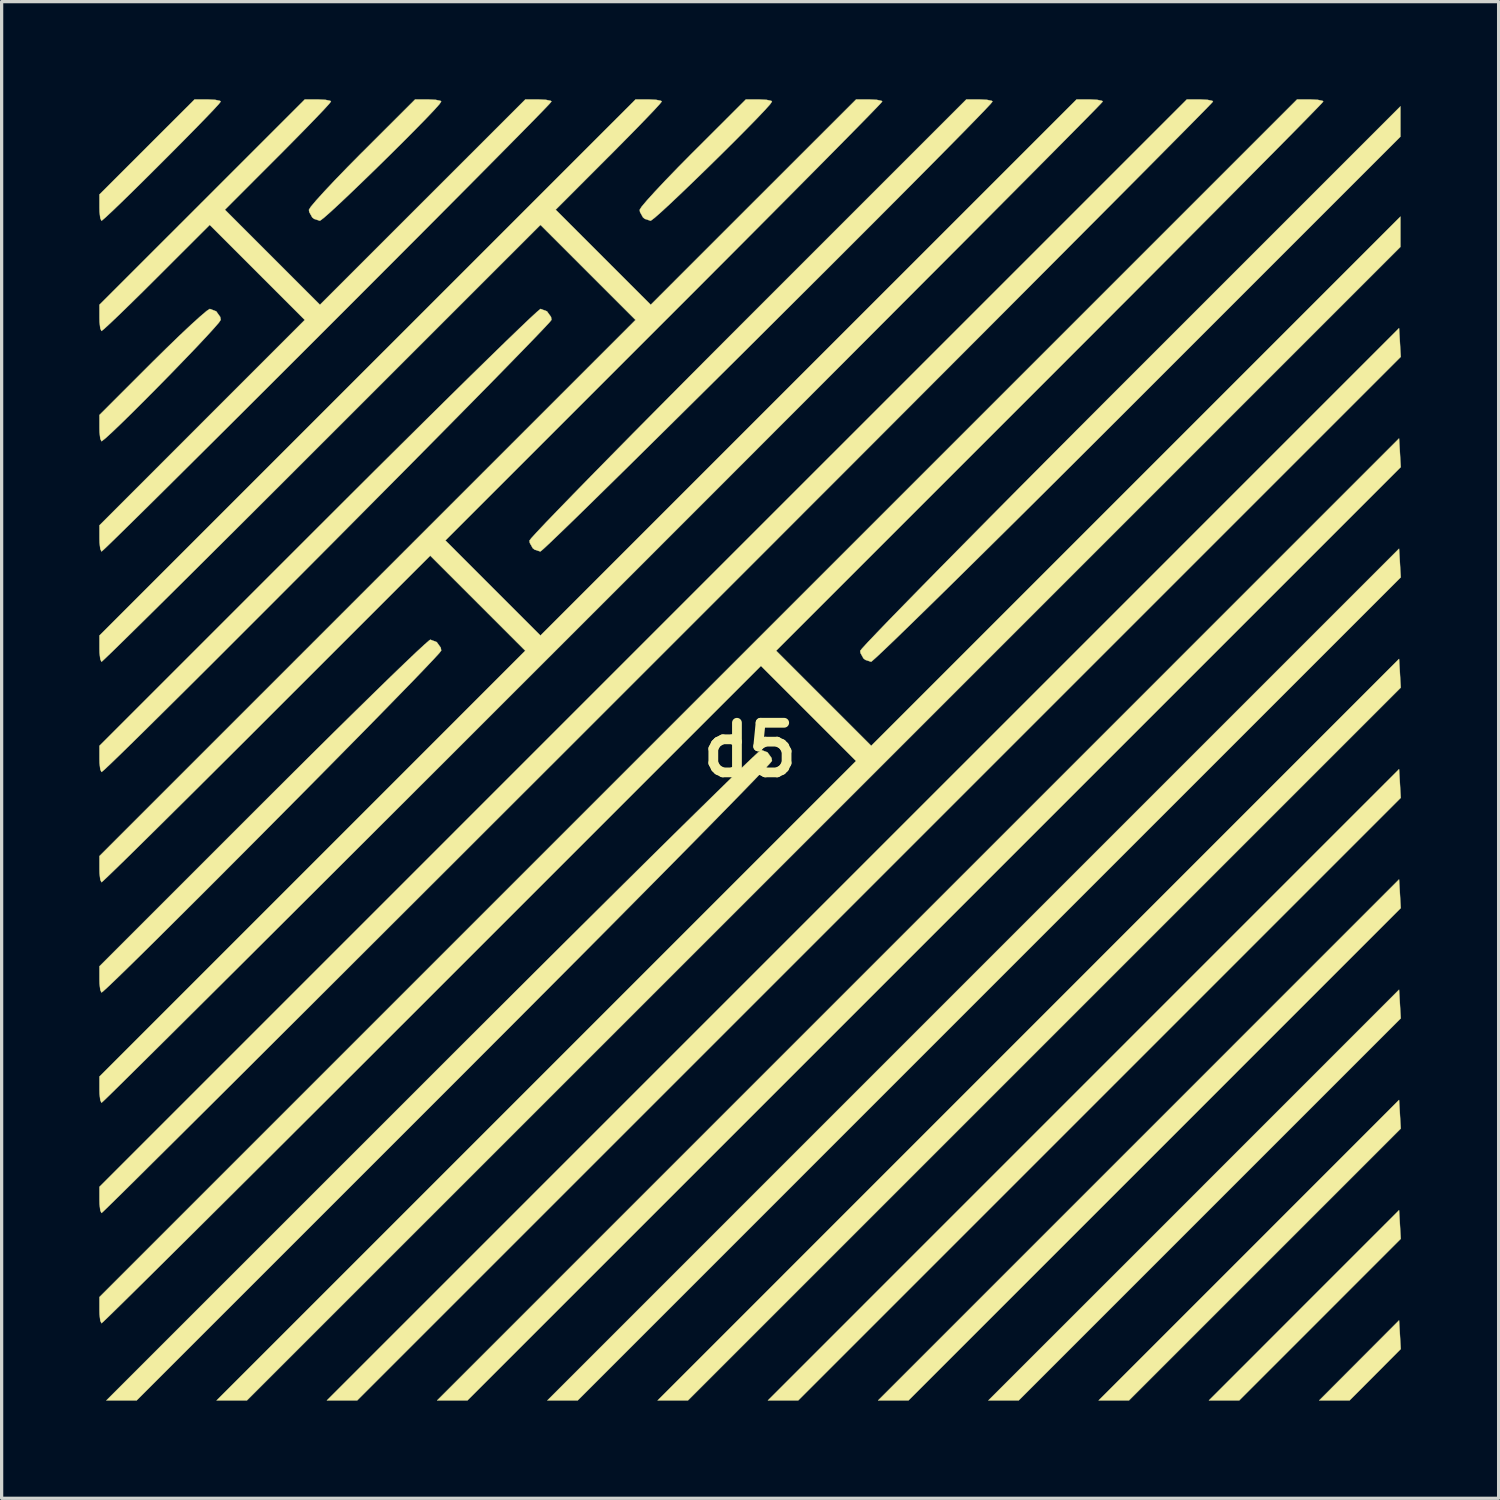
<source format=kicad_pcb>
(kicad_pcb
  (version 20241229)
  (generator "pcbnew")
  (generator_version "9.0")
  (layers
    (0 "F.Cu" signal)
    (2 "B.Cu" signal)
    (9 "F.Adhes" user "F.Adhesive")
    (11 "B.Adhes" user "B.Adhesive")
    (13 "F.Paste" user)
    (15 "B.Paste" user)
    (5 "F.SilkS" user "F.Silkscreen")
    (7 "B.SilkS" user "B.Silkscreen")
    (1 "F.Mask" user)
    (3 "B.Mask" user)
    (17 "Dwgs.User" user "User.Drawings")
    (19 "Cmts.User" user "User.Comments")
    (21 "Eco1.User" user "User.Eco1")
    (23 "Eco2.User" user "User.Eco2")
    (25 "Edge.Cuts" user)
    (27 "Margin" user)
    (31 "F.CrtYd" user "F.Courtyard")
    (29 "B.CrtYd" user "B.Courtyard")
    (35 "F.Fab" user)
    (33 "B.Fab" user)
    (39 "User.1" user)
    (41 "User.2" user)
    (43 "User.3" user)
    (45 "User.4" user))
  (footprint "d5"
    (layer "F.Cu")
    (at 19.986 19.986)
    (property "Reference" "d5" (at 0 0 0) (layer "F.SilkS") (effects (font (size 1.524 1.524) (thickness 0.3))))
    (attr through_hole)
    (fp_poly (pts (xy 19.965 -12.515) (xy 19.991 -12.075) (xy -12.065 19.981) (xy -12.996 19.981) (xy 19.939 -12.956) (xy 19.965 -12.515)) (stroke (width 0.01) (type solid)) (fill yes) (layer "F.SilkS"))
    (fp_poly (pts (xy 19.965 11.191) (xy 19.991 11.631) (xy 15.817 15.806) (xy 11.642 19.981) (xy 10.711 19.981) (xy 19.939 10.751) (xy 19.965 11.191)) (stroke (width 0.01) (type solid)) (fill yes) (layer "F.SilkS"))
    (fp_poly (pts (xy 19.965 -5.742) (xy 19.991 -5.302) (xy -5.291 19.981) (xy -6.223 19.981) (xy 6.858 6.899) (xy 19.939 -6.182) (xy 19.965 -5.742)) (stroke (width 0.01) (type solid)) (fill yes) (layer "F.SilkS"))
    (fp_poly (pts (xy 19.991 8.245) (xy 14.123 14.113) (xy 8.255 19.981) (xy 7.324 19.981) (xy 13.632 13.673) (xy 19.939 7.364) (xy 19.991 8.245)) (stroke (width 0.01) (type solid)) (fill yes) (layer "F.SilkS"))
    (fp_poly (pts (xy 19.965 17.962) (xy 19.991 18.402) (xy 19.205 19.192) (xy 18.418 19.981) (xy 17.486 19.981) (xy 18.712 18.752) (xy 19.939 17.522) (xy 19.965 17.962)) (stroke (width 0.01) (type solid)) (fill yes) (layer "F.SilkS"))
    (fp_poly (pts (xy 19.965 14.577) (xy 19.991 15.017) (xy 17.51 17.499) (xy 15.029 19.981) (xy 14.098 19.981) (xy 17.018 17.059) (xy 19.939 14.137) (xy 19.965 14.577)) (stroke (width 0.01) (type solid)) (fill yes) (layer "F.SilkS"))
    (fp_poly (pts (xy 19.965 4.418) (xy 19.991 4.858) (xy 12.43 12.42) (xy 4.869 19.981) (xy 3.937 19.981) (xy 11.938 11.979) (xy 19.939 3.977) (xy 19.965 4.418)) (stroke (width 0.01) (type solid)) (fill yes) (layer "F.SilkS"))
    (fp_poly (pts (xy 19.965 1.031) (xy 19.991 1.471) (xy 10.737 10.726) (xy 1.482 19.981) (xy 0.551 19.981) (xy 10.245 10.286) (xy 19.939 0.591) (xy 19.965 1.031)) (stroke (width 0.01) (type solid)) (fill yes) (layer "F.SilkS"))
    (fp_poly (pts (xy 19.965 -2.355) (xy 19.991 -1.915) (xy 9.043 9.033) (xy -1.905 19.981) (xy -2.836 19.981) (xy 8.551 8.593) (xy 19.939 -2.796) (xy 19.965 -2.355)) (stroke (width 0.01) (type solid)) (fill yes) (layer "F.SilkS"))
    (fp_poly (pts (xy 19.965 -9.129) (xy 19.991 -8.688) (xy 5.657 5.646) (xy -8.678 19.981) (xy -9.609 19.981) (xy 5.165 5.206) (xy 19.939 -9.569) (xy 19.965 -9.129)) (stroke (width 0.01) (type solid)) (fill yes) (layer "F.SilkS"))
    (fp_poly (pts (xy -16.423 -19.969) (xy -16.279 -19.938) (xy -16.256 -19.917) (xy -16.314 -19.842) (xy -16.474 -19.667) (xy -16.72 -19.41) (xy -17.033 -19.088) (xy -17.396 -18.719) (xy -17.789 -18.323) (xy -18.196 -17.916) (xy -18.598 -17.516) (xy -18.977 -17.142) (xy -19.316 -16.812) (xy -19.596 -16.543) (xy -19.799 -16.354) (xy -19.907 -16.262) (xy -19.919 -16.256) (xy -19.955 -16.332) (xy -19.978 -16.525) (xy -19.981 -16.659) (xy -19.981 -17.062) (xy -18.52 -18.522) (xy -17.059 -19.981) (xy -16.657 -19.981) (xy -16.423 -19.969)) (stroke (width 0.01) (type solid)) (fill yes) (layer "F.SilkS"))
    (fp_poly (pts (xy -16.395 -13.473) (xy -16.271 -13.3) (xy -16.256 -13.211) (xy -16.313 -13.126) (xy -16.474 -12.941) (xy -16.719 -12.673) (xy -17.031 -12.341) (xy -17.393 -11.964) (xy -17.785 -11.559) (xy -18.191 -11.145) (xy -18.593 -10.74) (xy -18.972 -10.362) (xy -19.311 -10.03) (xy -19.592 -9.761) (xy -19.797 -9.574) (xy -19.907 -9.487) (xy -19.919 -9.483) (xy -19.955 -9.559) (xy -19.978 -9.752) (xy -19.981 -9.886) (xy -19.981 -10.289) (xy -18.351 -11.918) (xy -17.916 -12.347) (xy -17.516 -12.734) (xy -17.166 -13.063) (xy -16.884 -13.318) (xy -16.687 -13.485) (xy -16.591 -13.547) (xy -16.59 -13.547) (xy -16.395 -13.473)) (stroke (width 0.01) (type solid)) (fill yes) (layer "F.SilkS"))
    (fp_poly (pts (xy -9.65 -19.969) (xy -9.505 -19.938) (xy -9.483 -19.917) (xy -9.541 -19.833) (xy -9.704 -19.651) (xy -9.954 -19.388) (xy -10.272 -19.063) (xy -10.64 -18.692) (xy -11.04 -18.295) (xy -11.454 -17.888) (xy -11.863 -17.491) (xy -12.249 -17.12) (xy -12.594 -16.793) (xy -12.88 -16.529) (xy -13.089 -16.345) (xy -13.202 -16.26) (xy -13.213 -16.256) (xy -13.386 -16.312) (xy -13.445 -16.358) (xy -13.536 -16.522) (xy -13.547 -16.591) (xy -13.489 -16.684) (xy -13.326 -16.878) (xy -13.073 -17.157) (xy -12.746 -17.505) (xy -12.36 -17.904) (xy -11.932 -18.337) (xy -11.916 -18.352) (xy -10.285 -19.981) (xy -9.884 -19.981) (xy -9.65 -19.969)) (stroke (width 0.01) (type solid)) (fill yes) (layer "F.SilkS"))
    (fp_poly (pts (xy 0.51 -19.969) (xy 0.655 -19.938) (xy 0.677 -19.917) (xy 0.619 -19.833) (xy 0.456 -19.651) (xy 0.206 -19.388) (xy -0.112 -19.063) (xy -0.48 -18.692) (xy -0.88 -18.295) (xy -1.294 -17.888) (xy -1.703 -17.491) (xy -2.089 -17.12) (xy -2.434 -16.793) (xy -2.72 -16.529) (xy -2.929 -16.345) (xy -3.042 -16.26) (xy -3.053 -16.256) (xy -3.226 -16.312) (xy -3.285 -16.358) (xy -3.376 -16.522) (xy -3.387 -16.591) (xy -3.329 -16.684) (xy -3.166 -16.878) (xy -2.913 -17.157) (xy -2.586 -17.505) (xy -2.2 -17.904) (xy -1.772 -18.337) (xy -1.756 -18.352) (xy -0.125 -19.981) (xy 0.276 -19.981) (xy 0.51 -19.969)) (stroke (width 0.01) (type solid)) (fill yes) (layer "F.SilkS"))
    (fp_poly (pts (xy 19.981 -18.838) (xy 11.917 -10.774) (xy 10.943 -9.801) (xy 10 -8.861) (xy 9.097 -7.962) (xy 8.239 -7.11) (xy 7.434 -6.313) (xy 6.689 -5.577) (xy 6.011 -4.909) (xy 5.407 -4.317) (xy 4.883 -3.806) (xy 4.448 -3.384) (xy 4.108 -3.059) (xy 3.87 -2.836) (xy 3.742 -2.723) (xy 3.721 -2.709) (xy 3.547 -2.766) (xy 3.488 -2.811) (xy 3.397 -2.975) (xy 3.387 -3.044) (xy 3.446 -3.118) (xy 3.617 -3.305) (xy 3.896 -3.598) (xy 4.273 -3.99) (xy 4.744 -4.473) (xy 5.3 -5.041) (xy 5.935 -5.687) (xy 6.643 -6.404) (xy 7.415 -7.185) (xy 8.246 -8.023) (xy 9.129 -8.911) (xy 10.057 -9.843) (xy 11.023 -10.811) (xy 11.684 -11.472) (xy 19.981 -19.769) (xy 19.981 -18.838)) (stroke (width 0.01) (type solid)) (fill yes) (layer "F.SilkS"))
    (fp_poly (pts (xy 0.538 0.073) (xy 0.663 0.247) (xy 0.677 0.335) (xy 0.618 0.408) (xy 0.446 0.594) (xy 0.166 0.888) (xy -0.215 1.281) (xy -0.691 1.769) (xy -1.255 2.345) (xy -1.901 3.001) (xy -2.623 3.733) (xy -3.415 4.533) (xy -4.27 5.396) (xy -5.182 6.314) (xy -6.145 7.281) (xy -7.152 8.292) (xy -8.197 9.339) (xy -9.081 10.224) (xy -18.839 19.981) (xy -19.769 19.981) (xy -9.779 9.991) (xy -8.694 8.906) (xy -7.639 7.854) (xy -6.623 6.841) (xy -5.651 5.874) (xy -4.728 4.958) (xy -3.863 4.1) (xy -3.06 3.305) (xy -2.326 2.581) (xy -1.668 1.934) (xy -1.092 1.369) (xy -0.604 0.892) (xy -0.21 0.511) (xy 0.084 0.231) (xy 0.27 0.059) (xy 0.343 0) (xy 0.538 0.073)) (stroke (width 0.01) (type solid)) (fill yes) (layer "F.SilkS"))
    (fp_poly (pts (xy -9.621 -3.313) (xy -9.497 -3.14) (xy -9.483 -3.052) (xy -9.541 -2.977) (xy -9.709 -2.794) (xy -9.976 -2.512) (xy -10.331 -2.142) (xy -10.765 -1.696) (xy -11.266 -1.183) (xy -11.823 -0.614) (xy -12.428 -0.000432) (xy -13.068 0.648) (xy -13.734 1.321) (xy -14.415 2.007) (xy -15.1 2.697) (xy -15.779 3.378) (xy -16.441 4.042) (xy -17.076 4.676) (xy -17.674 5.271) (xy -18.223 5.817) (xy -18.713 6.301) (xy -19.135 6.715) (xy -19.476 7.046) (xy -19.728 7.286) (xy -19.878 7.422) (xy -19.918 7.451) (xy -19.955 7.375) (xy -19.978 7.181) (xy -19.981 7.048) (xy -19.981 6.646) (xy -14.965 1.63) (xy -14.198 0.865) (xy -13.465 0.136) (xy -12.773 -0.549) (xy -12.132 -1.18) (xy -11.55 -1.75) (xy -11.037 -2.25) (xy -10.602 -2.669) (xy -10.253 -3.001) (xy -10 -3.235) (xy -9.852 -3.364) (xy -9.817 -3.387) (xy -9.621 -3.313)) (stroke (width 0.01) (type solid)) (fill yes) (layer "F.SilkS"))
    (fp_poly (pts (xy -6.235 -13.473) (xy -6.11 -13.3) (xy -6.096 -13.212) (xy -6.154 -13.139) (xy -6.324 -12.956) (xy -6.595 -12.672) (xy -6.959 -12.296) (xy -7.406 -11.837) (xy -7.927 -11.304) (xy -8.514 -10.707) (xy -9.157 -10.055) (xy -9.847 -9.357) (xy -10.574 -8.621) (xy -11.331 -7.859) (xy -12.107 -7.077) (xy -12.893 -6.286) (xy -13.681 -5.495) (xy -14.461 -4.713) (xy -15.224 -3.949) (xy -15.961 -3.212) (xy -16.662 -2.512) (xy -17.32 -1.857) (xy -17.924 -1.258) (xy -18.465 -0.722) (xy -18.935 -0.259) (xy -19.324 0.121) (xy -19.623 0.41) (xy -19.822 0.598) (xy -19.914 0.676) (xy -19.918 0.677) (xy -19.955 0.601) (xy -19.978 0.408) (xy -19.981 0.275) (xy -19.981 -0.127) (xy -13.271 -6.837) (xy -12.384 -7.723) (xy -11.528 -8.576) (xy -10.712 -9.386) (xy -9.944 -10.147) (xy -9.231 -10.851) (xy -8.582 -11.49) (xy -8.002 -12.057) (xy -7.502 -12.544) (xy -7.088 -12.943) (xy -6.768 -13.248) (xy -6.549 -13.45) (xy -6.44 -13.542) (xy -6.43 -13.547) (xy -6.235 -13.473)) (stroke (width 0.01) (type solid)) (fill yes) (layer "F.SilkS"))
    (fp_poly (pts (xy 7.283 -19.969) (xy 7.428 -19.939) (xy 7.451 -19.918) (xy 7.392 -19.845) (xy 7.222 -19.663) (xy 6.949 -19.38) (xy 6.584 -19.006) (xy 6.134 -18.549) (xy 5.61 -18.019) (xy 5.021 -17.425) (xy 4.375 -16.776) (xy 3.682 -16.081) (xy 2.95 -15.349) (xy 2.19 -14.59) (xy 1.41 -13.813) (xy 0.62 -13.026) (xy -0.171 -12.238) (xy -0.955 -11.46) (xy -1.722 -10.7) (xy -2.462 -9.967) (xy -3.168 -9.27) (xy -3.828 -8.618) (xy -4.435 -8.022) (xy -4.979 -7.488) (xy -5.451 -7.028) (xy -5.842 -6.65) (xy -6.142 -6.363) (xy -6.343 -6.175) (xy -6.435 -6.098) (xy -6.439 -6.096) (xy -6.613 -6.152) (xy -6.672 -6.198) (xy -6.763 -6.361) (xy -6.773 -6.43) (xy -6.715 -6.506) (xy -6.543 -6.694) (xy -6.268 -6.986) (xy -5.894 -7.374) (xy -5.432 -7.85) (xy -4.887 -8.408) (xy -4.268 -9.038) (xy -3.582 -9.734) (xy -2.836 -10.487) (xy -2.04 -11.289) (xy -1.199 -12.134) (xy -0.321 -13.014) (xy -0.064 -13.271) (xy 6.646 -19.981) (xy 7.048 -19.981) (xy 7.283 -19.969)) (stroke (width 0.01) (type solid)) (fill yes) (layer "F.SilkS"))
    (fp_poly (pts (xy 14.056 -19.969) (xy 14.201 -19.939) (xy 14.224 -19.918) (xy 14.165 -19.853) (xy 13.992 -19.674) (xy 13.711 -19.388) (xy 13.327 -18.999) (xy 12.846 -18.514) (xy 12.275 -17.938) (xy 11.618 -17.277) (xy 10.883 -16.538) (xy 10.073 -15.725) (xy 9.197 -14.845) (xy 8.258 -13.903) (xy 7.263 -12.905) (xy 6.218 -11.858) (xy 5.128 -10.766) (xy 4 -9.636) (xy 2.839 -8.473) (xy 1.65 -7.284) (xy 0.441 -6.073) (xy -0.784 -4.848) (xy -2.019 -3.613) (xy -3.258 -2.374) (xy -4.494 -1.138) (xy -5.723 0.091) (xy -6.939 1.305) (xy -8.135 2.5) (xy -9.306 3.67) (xy -10.446 4.808) (xy -11.549 5.909) (xy -12.61 6.968) (xy -13.622 7.978) (xy -14.581 8.933) (xy -15.479 9.829) (xy -16.312 10.658) (xy -17.073 11.415) (xy -17.757 12.095) (xy -18.358 12.691) (xy -18.869 13.199) (xy -19.286 13.611) (xy -19.603 13.922) (xy -19.813 14.127) (xy -19.911 14.219) (xy -19.918 14.224) (xy -19.955 14.148) (xy -19.978 13.955) (xy -19.981 13.822) (xy -19.981 13.42) (xy -3.281 -3.281) (xy 13.42 -19.981) (xy 13.822 -19.981) (xy 14.056 -19.969)) (stroke (width 0.01) (type solid)) (fill yes) (layer "F.SilkS"))
    (fp_poly (pts (xy 17.443 -19.969) (xy 17.588 -19.939) (xy 17.611 -19.918) (xy 17.552 -19.852) (xy 17.38 -19.673) (xy 17.102 -19.388) (xy 16.724 -19.003) (xy 16.254 -18.527) (xy 15.697 -17.965) (xy 15.062 -17.324) (xy 14.354 -16.611) (xy 13.58 -15.834) (xy 12.748 -14.998) (xy 11.863 -14.11) (xy 10.933 -13.178) (xy 9.965 -12.209) (xy 9.208 -11.451) (xy 0.805 -3.048) (xy 2.265 -1.588) (xy 3.725 -0.127) (xy 11.853 -8.255) (xy 19.981 -16.383) (xy 19.981 -15.452) (xy 2.265 2.265) (xy -15.452 19.981) (xy -16.383 19.981) (xy -6.562 10.16) (xy 3.259 0.339) (xy 0.338 -2.582) (xy -9.758 7.514) (xy -10.849 8.604) (xy -11.907 9.662) (xy -12.927 10.68) (xy -13.903 11.653) (xy -14.827 12.575) (xy -15.695 13.439) (xy -16.5 14.24) (xy -17.235 14.971) (xy -17.895 15.625) (xy -18.473 16.198) (xy -18.963 16.682) (xy -19.358 17.071) (xy -19.653 17.36) (xy -19.842 17.542) (xy -19.917 17.61) (xy -19.918 17.611) (xy -19.955 17.535) (xy -19.978 17.341) (xy -19.981 17.208) (xy -19.981 16.806) (xy 16.806 -19.981) (xy 17.209 -19.981) (xy 17.443 -19.969)) (stroke (width 0.01) (type solid)) (fill yes) (layer "F.SilkS"))
    (fp_poly (pts (xy -13.037 -19.969) (xy -12.892 -19.939) (xy -12.869 -19.919) (xy -12.927 -19.845) (xy -13.089 -19.667) (xy -13.341 -19.403) (xy -13.666 -19.067) (xy -14.05 -18.677) (xy -14.476 -18.247) (xy -14.499 -18.225) (xy -16.128 -16.594) (xy -13.208 -13.674) (xy -10.054 -16.828) (xy -6.899 -19.981) (xy -6.498 -19.981) (xy -6.263 -19.969) (xy -6.119 -19.939) (xy -6.096 -19.918) (xy -6.155 -19.85) (xy -6.324 -19.672) (xy -6.595 -19.393) (xy -6.959 -19.022) (xy -7.407 -18.568) (xy -7.929 -18.041) (xy -8.516 -17.449) (xy -9.159 -16.802) (xy -9.849 -16.108) (xy -10.578 -15.377) (xy -11.334 -14.619) (xy -12.111 -13.841) (xy -12.897 -13.054) (xy -13.686 -12.266) (xy -14.466 -11.487) (xy -15.229 -10.726) (xy -15.966 -9.991) (xy -16.668 -9.293) (xy -17.325 -8.64) (xy -17.929 -8.04) (xy -18.469 -7.505) (xy -18.939 -7.042) (xy -19.327 -6.661) (xy -19.625 -6.37) (xy -19.823 -6.18) (xy -19.914 -6.098) (xy -19.918 -6.096) (xy -19.955 -6.172) (xy -19.978 -6.365) (xy -19.981 -6.498) (xy -19.981 -6.899) (xy -16.828 -10.054) (xy -13.674 -13.208) (xy -16.594 -16.128) (xy -18.225 -14.499) (xy -18.656 -14.07) (xy -19.049 -13.684) (xy -19.388 -13.355) (xy -19.656 -13.1) (xy -19.838 -12.933) (xy -19.918 -12.869) (xy -19.919 -12.869) (xy -19.955 -12.945) (xy -19.978 -13.139) (xy -19.981 -13.272) (xy -19.981 -13.675) (xy -16.827 -16.828) (xy -13.673 -19.981) (xy -13.271 -19.981) (xy -13.037 -19.969)) (stroke (width 0.01) (type solid)) (fill yes) (layer "F.SilkS"))
    (fp_poly (pts (xy -2.877 -19.969) (xy -2.732 -19.939) (xy -2.709 -19.919) (xy -2.767 -19.845) (xy -2.929 -19.667) (xy -3.181 -19.403) (xy -3.506 -19.067) (xy -3.89 -18.677) (xy -4.316 -18.247) (xy -4.339 -18.225) (xy -5.968 -16.594) (xy -3.048 -13.674) (xy 0.106 -16.828) (xy 3.261 -19.981) (xy 3.662 -19.981) (xy 3.897 -19.969) (xy 4.041 -19.939) (xy 4.064 -19.918) (xy 4.005 -19.851) (xy 3.834 -19.672) (xy 3.559 -19.389) (xy 3.186 -19.009) (xy 2.724 -18.54) (xy 2.18 -17.99) (xy 1.561 -17.366) (xy 0.876 -16.676) (xy 0.131 -15.927) (xy -0.665 -15.128) (xy -1.505 -14.286) (xy -2.382 -13.408) (xy -2.646 -13.145) (xy -9.355 -6.435) (xy -7.895 -4.974) (xy -6.435 -3.514) (xy 1.799 -11.748) (xy 10.033 -19.981) (xy 10.435 -19.981) (xy 10.67 -19.969) (xy 10.815 -19.939) (xy 10.837 -19.918) (xy 10.778 -19.853) (xy 10.606 -19.674) (xy 10.325 -19.388) (xy 9.943 -19.001) (xy 9.466 -18.519) (xy 8.899 -17.947) (xy 8.249 -17.293) (xy 7.522 -16.562) (xy 6.724 -15.76) (xy 5.861 -14.894) (xy 4.939 -13.97) (xy 3.965 -12.993) (xy 2.944 -11.969) (xy 1.883 -10.906) (xy 0.787 -9.809) (xy -0.337 -8.683) (xy -1.483 -7.536) (xy -2.645 -6.374) (xy -3.817 -5.201) (xy -4.993 -4.026) (xy -6.166 -2.853) (xy -7.331 -1.689) (xy -8.481 -0.539) (xy -9.61 0.589) (xy -10.713 1.69) (xy -11.783 2.758) (xy -12.814 3.787) (xy -13.8 4.77) (xy -14.734 5.701) (xy -15.611 6.575) (xy -16.425 7.385) (xy -17.169 8.125) (xy -17.837 8.79) (xy -18.424 9.372) (xy -18.922 9.865) (xy -19.327 10.265) (xy -19.631 10.564) (xy -19.829 10.756) (xy -19.915 10.835) (xy -19.918 10.837) (xy -19.955 10.761) (xy -19.978 10.568) (xy -19.981 10.435) (xy -19.981 10.033) (xy -13.441 3.493) (xy -6.901 -3.048) (xy -8.361 -4.508) (xy -9.821 -5.968) (xy -14.838 -0.952) (xy -15.603 -0.188) (xy -16.334 0.54) (xy -17.022 1.225) (xy -17.658 1.856) (xy -18.233 2.426) (xy -18.739 2.925) (xy -19.166 3.345) (xy -19.506 3.676) (xy -19.75 3.911) (xy -19.889 4.041) (xy -19.918 4.064) (xy -19.955 3.988) (xy -19.978 3.795) (xy -19.981 3.662) (xy -19.981 3.26) (xy -11.748 -4.974) (xy -3.514 -13.208) (xy -6.435 -16.128) (xy -13.145 -9.419) (xy -14.031 -8.533) (xy -14.885 -7.681) (xy -15.697 -6.871) (xy -16.461 -6.111) (xy -17.169 -5.407) (xy -17.813 -4.768) (xy -18.386 -4.201) (xy -18.88 -3.714) (xy -19.287 -3.314) (xy -19.599 -3.009) (xy -19.81 -2.807) (xy -19.91 -2.714) (xy -19.918 -2.709) (xy -19.955 -2.785) (xy -19.978 -2.979) (xy -19.981 -3.112) (xy -19.981 -3.514) (xy -11.747 -11.748) (xy -3.513 -19.981) (xy -3.111 -19.981) (xy -2.877 -19.969)) (stroke (width 0.01) (type solid)) (fill yes) (layer "F.SilkS")))
  (gr_rect
    (start -3 -3)
    (end 42.983 42.973)
    (stroke (width 0.1) (type default))
    (fill no)
    (layer "Edge.Cuts")))
</source>
